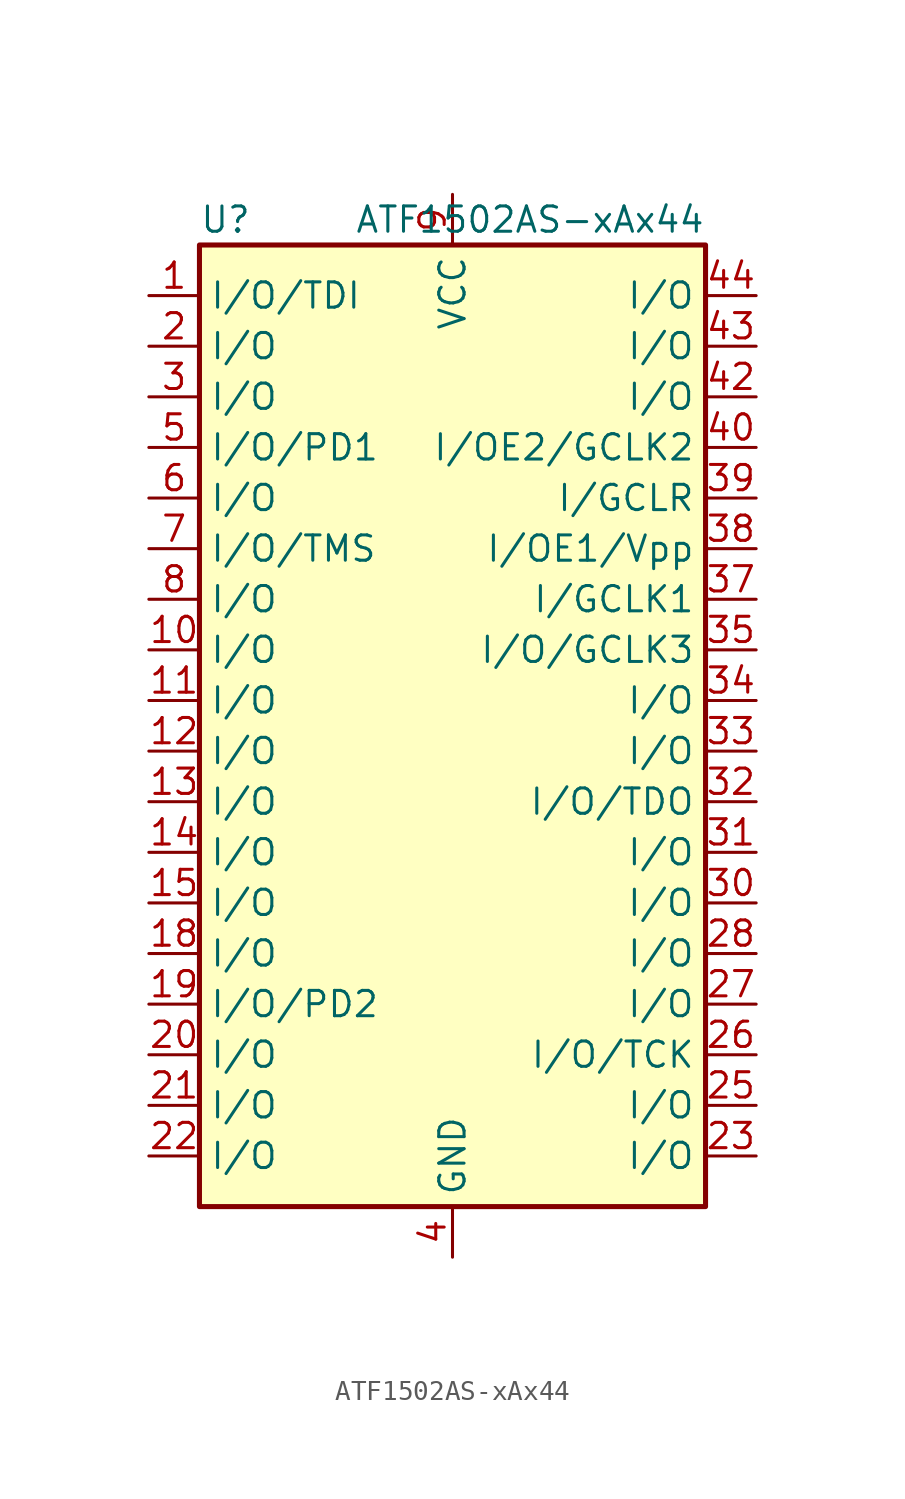
<source format=kicad_sym>
(kicad_symbol_lib
  (version 20241209)
  (generator "kicad_symbol_editor")
  (generator_version "9.0")
  (symbol "ATF1502AS-xAx44"
    (property "Reference" "U"
      (at -12.7 24.13 0)
      (effects (font (size 1.27 1.27)) (justify left)))
    (property "Value" "ATF1502AS-xAx44"
      (at 12.7 24.13 0)
      (effects (font (size 1.27 1.27)) (justify right)))
    (symbol "ATF1502AS-xAx44_0_1"
      (rectangle (start -12.7 22.86) (end 12.7 -25.4) (stroke (width 0.254) (type default)) (fill (type background))))
    (symbol "ATF1502AS-xAx44_1_1"
      (pin bidirectional line (at -15.24 20.32 0) (length 2.54) (name "I/O/TDI" (effects (font (size 1.27 1.27)))) (number "1" (effects (font (size 1.27 1.27)))))
      (pin bidirectional line (at -15.24 17.78 0) (length 2.54) (name "I/O" (effects (font (size 1.27 1.27)))) (number "2" (effects (font (size 1.27 1.27)))))
      (pin bidirectional line (at -15.24 15.24 0) (length 2.54) (name "I/O" (effects (font (size 1.27 1.27)))) (number "3" (effects (font (size 1.27 1.27)))))
      (pin bidirectional line (at -15.24 12.7 0) (length 2.54) (name "I/O/PD1" (effects (font (size 1.27 1.27)))) (number "5" (effects (font (size 1.27 1.27)))))
      (pin bidirectional line (at -15.24 10.16 0) (length 2.54) (name "I/O" (effects (font (size 1.27 1.27)))) (number "6" (effects (font (size 1.27 1.27)))))
      (pin bidirectional line (at -15.24 7.62 0) (length 2.54) (name "I/O/TMS" (effects (font (size 1.27 1.27)))) (number "7" (effects (font (size 1.27 1.27)))))
      (pin bidirectional line (at -15.24 5.08 0) (length 2.54) (name "I/O" (effects (font (size 1.27 1.27)))) (number "8" (effects (font (size 1.27 1.27)))))
      (pin bidirectional line (at -15.24 2.54 0) (length 2.54) (name "I/O" (effects (font (size 1.27 1.27)))) (number "10" (effects (font (size 1.27 1.27)))))
      (pin bidirectional line (at -15.24 0 0) (length 2.54) (name "I/O" (effects (font (size 1.27 1.27)))) (number "11" (effects (font (size 1.27 1.27)))))
      (pin bidirectional line (at -15.24 -2.54 0) (length 2.54) (name "I/O" (effects (font (size 1.27 1.27)))) (number "12" (effects (font (size 1.27 1.27)))))
      (pin bidirectional line (at -15.24 -5.08 0) (length 2.54) (name "I/O" (effects (font (size 1.27 1.27)))) (number "13" (effects (font (size 1.27 1.27)))))
      (pin bidirectional line (at -15.24 -7.62 0) (length 2.54) (name "I/O" (effects (font (size 1.27 1.27)))) (number "14" (effects (font (size 1.27 1.27)))))
      (pin bidirectional line (at -15.24 -10.16 0) (length 2.54) (name "I/O" (effects (font (size 1.27 1.27)))) (number "15" (effects (font (size 1.27 1.27)))))
      (pin bidirectional line (at -15.24 -12.7 0) (length 2.54) (name "I/O" (effects (font (size 1.27 1.27)))) (number "18" (effects (font (size 1.27 1.27)))))
      (pin bidirectional line (at -15.24 -15.24 0) (length 2.54) (name "I/O/PD2" (effects (font (size 1.27 1.27)))) (number "19" (effects (font (size 1.27 1.27)))))
      (pin bidirectional line (at -15.24 -17.78 0) (length 2.54) (name "I/O" (effects (font (size 1.27 1.27)))) (number "20" (effects (font (size 1.27 1.27)))))
      (pin bidirectional line (at -15.24 -20.32 0) (length 2.54) (name "I/O" (effects (font (size 1.27 1.27)))) (number "21" (effects (font (size 1.27 1.27)))))
      (pin bidirectional line (at -15.24 -22.86 0) (length 2.54) (name "I/O" (effects (font (size 1.27 1.27)))) (number "22" (effects (font (size 1.27 1.27)))))
      (pin passive line (at 0 25.4 270) (length 2.54) (hide yes) (name "VCC" (effects (font (size 1.27 1.27)))) (number "17" (effects (font (size 1.27 1.27)))))
      (pin passive line (at 0 25.4 270) (length 2.54) (hide yes) (name "VCC" (effects (font (size 1.27 1.27)))) (number "29" (effects (font (size 1.27 1.27)))))
      (pin passive line (at 0 25.4 270) (length 2.54) (hide yes) (name "VCC" (effects (font (size 1.27 1.27)))) (number "41" (effects (font (size 1.27 1.27)))))
      (pin power_in line (at 0 25.4 270) (length 2.54) (name "VCC" (effects (font (size 1.27 1.27)))) (number "9" (effects (font (size 1.27 1.27)))))
      (pin passive line (at 0 -27.94 90) (length 2.54) (hide yes) (name "GND" (effects (font (size 1.27 1.27)))) (number "16" (effects (font (size 1.27 1.27)))))
      (pin passive line (at 0 -27.94 90) (length 2.54) (hide yes) (name "GND" (effects (font (size 1.27 1.27)))) (number "24" (effects (font (size 1.27 1.27)))))
      (pin passive line (at 0 -27.94 90) (length 2.54) (hide yes) (name "GND" (effects (font (size 1.27 1.27)))) (number "36" (effects (font (size 1.27 1.27)))))
      (pin power_in line (at 0 -27.94 90) (length 2.54) (name "GND" (effects (font (size 1.27 1.27)))) (number "4" (effects (font (size 1.27 1.27)))))
      (pin bidirectional line (at 15.24 20.32 180) (length 2.54) (name "I/O" (effects (font (size 1.27 1.27)))) (number "44" (effects (font (size 1.27 1.27)))))
      (pin bidirectional line (at 15.24 17.78 180) (length 2.54) (name "I/O" (effects (font (size 1.27 1.27)))) (number "43" (effects (font (size 1.27 1.27)))))
      (pin bidirectional line (at 15.24 15.24 180) (length 2.54) (name "I/O" (effects (font (size 1.27 1.27)))) (number "42" (effects (font (size 1.27 1.27)))))
      (pin input line (at 15.24 12.7 180) (length 2.54) (name "I/OE2/GCLK2" (effects (font (size 1.27 1.27)))) (number "40" (effects (font (size 1.27 1.27)))))
      (pin input line (at 15.24 10.16 180) (length 2.54) (name "I/GCLR" (effects (font (size 1.27 1.27)))) (number "39" (effects (font (size 1.27 1.27)))))
      (pin input line (at 15.24 7.62 180) (length 2.54) (name "I/OE1/Vpp" (effects (font (size 1.27 1.27)))) (number "38" (effects (font (size 1.27 1.27)))))
      (pin input line (at 15.24 5.08 180) (length 2.54) (name "I/GCLK1" (effects (font (size 1.27 1.27)))) (number "37" (effects (font (size 1.27 1.27)))))
      (pin bidirectional line (at 15.24 2.54 180) (length 2.54) (name "I/O/GCLK3" (effects (font (size 1.27 1.27)))) (number "35" (effects (font (size 1.27 1.27)))))
      (pin bidirectional line (at 15.24 0 180) (length 2.54) (name "I/O" (effects (font (size 1.27 1.27)))) (number "34" (effects (font (size 1.27 1.27)))))
      (pin bidirectional line (at 15.24 -2.54 180) (length 2.54) (name "I/O" (effects (font (size 1.27 1.27)))) (number "33" (effects (font (size 1.27 1.27)))))
      (pin bidirectional line (at 15.24 -5.08 180) (length 2.54) (name "I/O/TDO" (effects (font (size 1.27 1.27)))) (number "32" (effects (font (size 1.27 1.27)))))
      (pin bidirectional line (at 15.24 -7.62 180) (length 2.54) (name "I/O" (effects (font (size 1.27 1.27)))) (number "31" (effects (font (size 1.27 1.27)))))
      (pin bidirectional line (at 15.24 -10.16 180) (length 2.54) (name "I/O" (effects (font (size 1.27 1.27)))) (number "30" (effects (font (size 1.27 1.27)))))
      (pin bidirectional line (at 15.24 -12.7 180) (length 2.54) (name "I/O" (effects (font (size 1.27 1.27)))) (number "28" (effects (font (size 1.27 1.27)))))
      (pin bidirectional line (at 15.24 -15.24 180) (length 2.54) (name "I/O" (effects (font (size 1.27 1.27)))) (number "27" (effects (font (size 1.27 1.27)))))
      (pin bidirectional line (at 15.24 -17.78 180) (length 2.54) (name "I/O/TCK" (effects (font (size 1.27 1.27)))) (number "26" (effects (font (size 1.27 1.27)))))
      (pin bidirectional line (at 15.24 -20.32 180) (length 2.54) (name "I/O" (effects (font (size 1.27 1.27)))) (number "25" (effects (font (size 1.27 1.27)))))
      (pin bidirectional line (at 15.24 -22.86 180) (length 2.54) (name "I/O" (effects (font (size 1.27 1.27)))) (number "23" (effects (font (size 1.27 1.27))))))))
</source>
